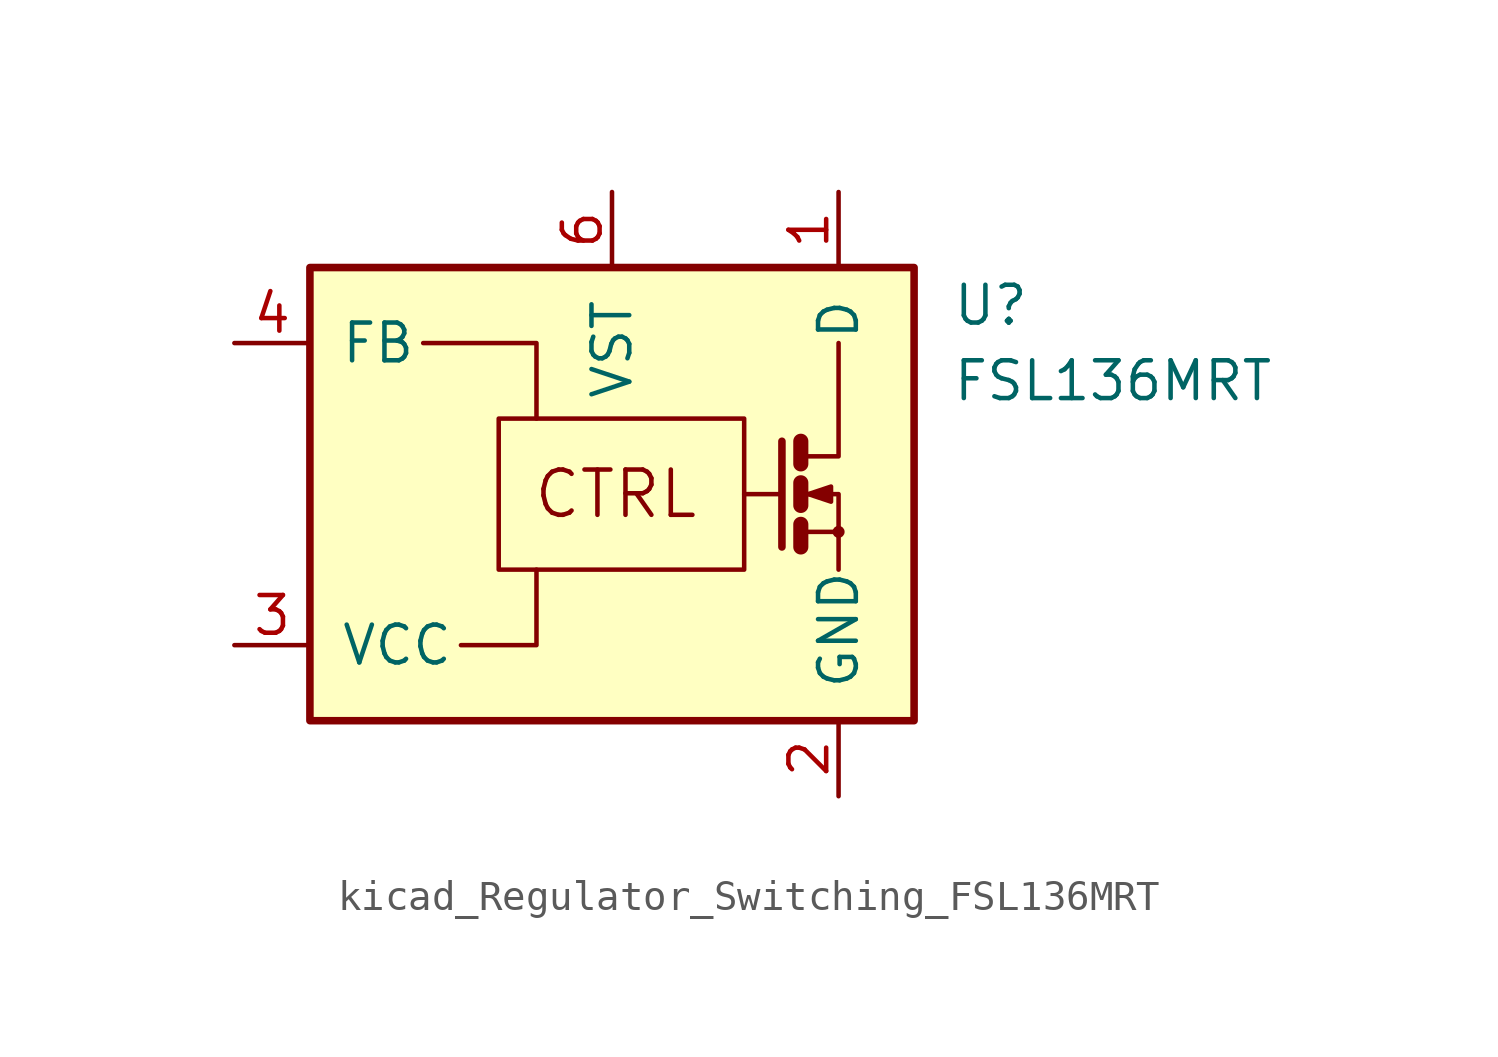
<source format=kicad_sym>
(kicad_symbol_lib
  (version 20220914)
  (generator kicad_symbol_editor)
  (symbol "kicad_Regulator_Switching_FSL136MRT"
    (pin_names
      (offset 1.016))
    (property "Reference" "U"
      (at 11.43 6.35 0)
      (effects (font (size 1.27 1.27)) (justify left)))
    (property "Value" "FSL136MRT"
      (at 11.43 3.81 0)
      (effects (font (size 1.27 1.27)) (justify left)))
    (symbol "kicad_Regulator_Switching_FSL136MRT_0_0"
      (rectangle (start -10.16 7.62) (end 10.16 -7.62) (stroke (width 0.254) (type default)) (fill (type background)))
      (rectangle (start -3.81 2.54) (end 4.445 -2.54) (stroke (width 0) (type default)) (fill (type none)))
      (polyline (pts (xy 5.715 1.778) (xy 5.715 -1.778)) (stroke (width 0.254) (type default)) (fill (type none)))
      (polyline (pts (xy 6.35 -1.27) (xy 7.62 -1.27)) (stroke (width 0) (type default)) (fill (type none)))
      (polyline (pts (xy 6.35 -1.016) (xy 6.35 -1.778)) (stroke (width 0.508) (type default)) (fill (type none)))
      (polyline (pts (xy 6.35 0.381) (xy 6.35 -0.381)) (stroke (width 0.508) (type default)) (fill (type none)))
      (polyline (pts (xy 6.35 1.778) (xy 6.35 1.016)) (stroke (width 0.508) (type default)) (fill (type none)))
      (polyline (pts (xy 6.35 1.27) (xy 7.62 1.27) (xy 7.62 5.08)) (stroke (width 0) (type default)) (fill (type none)))
      (polyline (pts (xy 7.62 -2.54) (xy 7.62 0) (xy 6.35 0)) (stroke (width 0) (type default)) (fill (type none)))
      (polyline (pts (xy 6.604 0) (xy 7.366 0.254) (xy 7.366 -0.254) (xy 6.604 0)) (stroke (width 0) (type default)) (fill (type outline)))
      (circle (center 7.62 -1.27) (radius 0.127) (stroke (width 0) (type default)) (fill (type none)))
      (text "CTRL" (at 0.127 0 0) (effects (font (size 1.524 1.524)))))
    (symbol "kicad_Regulator_Switching_FSL136MRT_0_1"
      (polyline (pts (xy 4.445 0) (xy 5.715 0)) (stroke (width 0) (type default)) (fill (type none)))
      (polyline (pts (xy -6.35 5.08) (xy -2.54 5.08) (xy -2.54 2.54)) (stroke (width 0) (type default)) (fill (type none)))
      (polyline (pts (xy -5.08 -5.08) (xy -2.54 -5.08) (xy -2.54 -2.54)) (stroke (width 0) (type default)) (fill (type none))))
    (symbol "kicad_Regulator_Switching_FSL136MRT_1_1"
      (pin passive line (at 7.62 10.16 270) (length 2.54) (name "D" (effects (font (size 1.27 1.27)))) (number "1" (effects (font (size 1.27 1.27)))))
      (pin power_in line (at 7.62 -10.16 90) (length 2.54) (name "GND" (effects (font (size 1.27 1.27)))) (number "2" (effects (font (size 1.27 1.27)))))
      (pin power_in line (at -12.7 -5.08 0) (length 2.54) (name "VCC" (effects (font (size 1.27 1.27)))) (number "3" (effects (font (size 1.27 1.27)))))
      (pin passive line (at -12.7 5.08 0) (length 2.54) (name "FB" (effects (font (size 1.27 1.27)))) (number "4" (effects (font (size 1.27 1.27)))))
      (pin passive line (at 0 10.16 270) (length 2.54) (name "VST" (effects (font (size 1.27 1.27)))) (number "6" (effects (font (size 1.27 1.27))))))))
</source>
